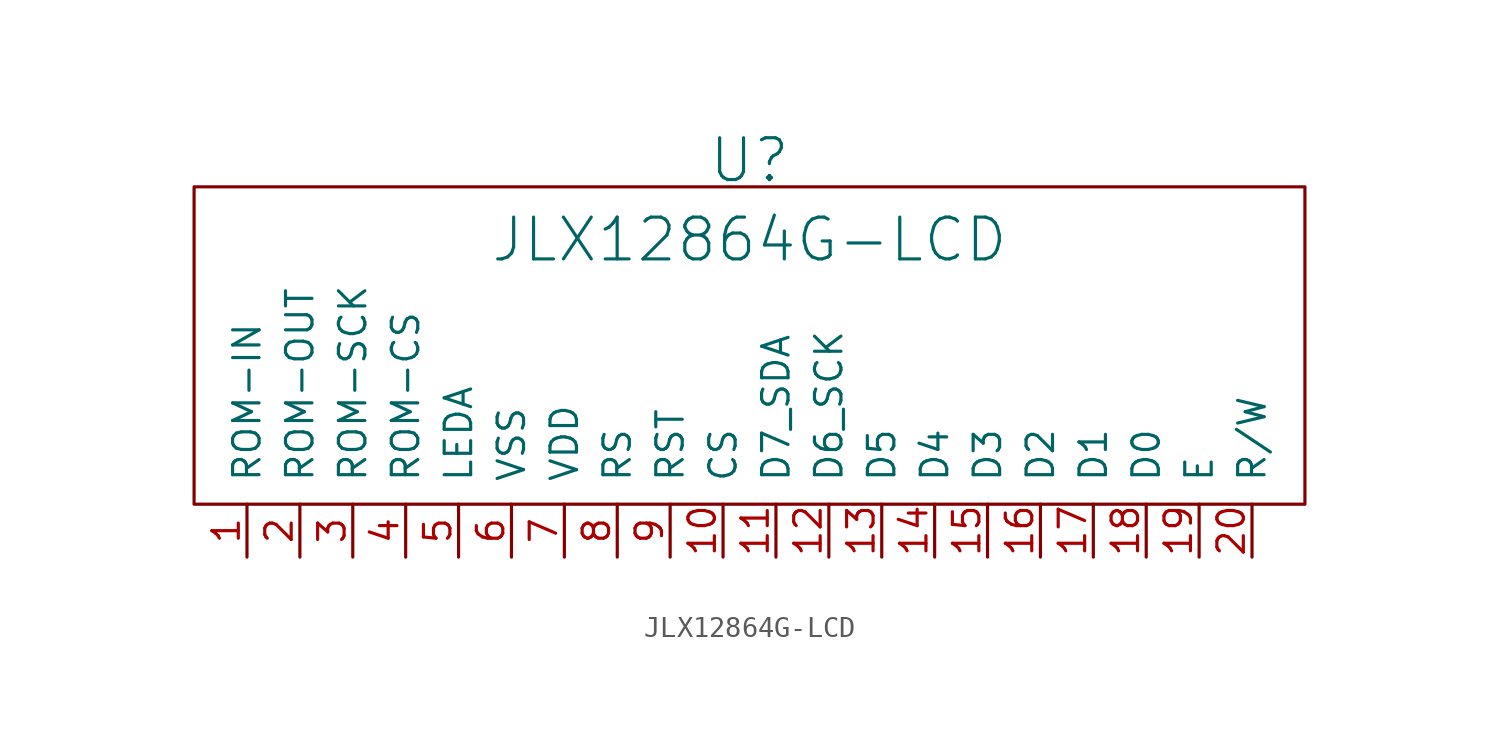
<source format=kicad_sym>
(kicad_symbol_lib
  (version 20220914)
  (generator kicad_symbol_editor)
  (symbol "JLX12864G-LCD"
    (pin_names
      (offset 1.016))
    (property "Reference" "U"
      (at 0 8.89 0)
      (effects (font (size 2.007 2.007))))
    (property "Value" "JLX12864G-LCD"
      (at 0 5.08 0)
      (effects (font (size 2.007 2.007))))
    (symbol "JLX12864G-LCD_0_1"
      (rectangle (start -26.67 -7.62) (end 26.67 7.62) (stroke (width 0) (type solid)) (fill (type none))))
    (symbol "JLX12864G-LCD_1_1"
      (pin input line (at -24.13 -10.16 90) (length 2.54) (name "ROM-IN" (effects (font (size 1.27 1.27)))) (number "1" (effects (font (size 1.27 1.27)))))
      (pin input line (at -1.27 -10.16 90) (length 2.54) (name "CS" (effects (font (size 1.27 1.27)))) (number "10" (effects (font (size 1.27 1.27)))))
      (pin input line (at 1.27 -10.16 90) (length 2.54) (name "D7_SDA" (effects (font (size 1.27 1.27)))) (number "11" (effects (font (size 1.27 1.27)))))
      (pin input line (at 3.81 -10.16 90) (length 2.54) (name "D6_SCK" (effects (font (size 1.27 1.27)))) (number "12" (effects (font (size 1.27 1.27)))))
      (pin input line (at 6.35 -10.16 90) (length 2.54) (name "D5" (effects (font (size 1.27 1.27)))) (number "13" (effects (font (size 1.27 1.27)))))
      (pin input line (at 8.89 -10.16 90) (length 2.54) (name "D4" (effects (font (size 1.27 1.27)))) (number "14" (effects (font (size 1.27 1.27)))))
      (pin input line (at 11.43 -10.16 90) (length 2.54) (name "D3" (effects (font (size 1.27 1.27)))) (number "15" (effects (font (size 1.27 1.27)))))
      (pin input line (at 13.97 -10.16 90) (length 2.54) (name "D2" (effects (font (size 1.27 1.27)))) (number "16" (effects (font (size 1.27 1.27)))))
      (pin input line (at 16.51 -10.16 90) (length 2.54) (name "D1" (effects (font (size 1.27 1.27)))) (number "17" (effects (font (size 1.27 1.27)))))
      (pin input line (at 19.05 -10.16 90) (length 2.54) (name "D0" (effects (font (size 1.27 1.27)))) (number "18" (effects (font (size 1.27 1.27)))))
      (pin input line (at 21.59 -10.16 90) (length 2.54) (name "E" (effects (font (size 1.27 1.27)))) (number "19" (effects (font (size 1.27 1.27)))))
      (pin input line (at -21.59 -10.16 90) (length 2.54) (name "ROM-OUT" (effects (font (size 1.27 1.27)))) (number "2" (effects (font (size 1.27 1.27)))))
      (pin input line (at 24.13 -10.16 90) (length 2.54) (name "R/W" (effects (font (size 1.27 1.27)))) (number "20" (effects (font (size 1.27 1.27)))))
      (pin input line (at -19.05 -10.16 90) (length 2.54) (name "ROM-SCK" (effects (font (size 1.27 1.27)))) (number "3" (effects (font (size 1.27 1.27)))))
      (pin input line (at -16.51 -10.16 90) (length 2.54) (name "ROM-CS" (effects (font (size 1.27 1.27)))) (number "4" (effects (font (size 1.27 1.27)))))
      (pin input line (at -13.97 -10.16 90) (length 2.54) (name "LEDA" (effects (font (size 1.27 1.27)))) (number "5" (effects (font (size 1.27 1.27)))))
      (pin input line (at -11.43 -10.16 90) (length 2.54) (name "VSS" (effects (font (size 1.27 1.27)))) (number "6" (effects (font (size 1.27 1.27)))))
      (pin input line (at -8.89 -10.16 90) (length 2.54) (name "VDD" (effects (font (size 1.27 1.27)))) (number "7" (effects (font (size 1.27 1.27)))))
      (pin input line (at -6.35 -10.16 90) (length 2.54) (name "RS" (effects (font (size 1.27 1.27)))) (number "8" (effects (font (size 1.27 1.27)))))
      (pin input line (at -3.81 -10.16 90) (length 2.54) (name "RST" (effects (font (size 1.27 1.27)))) (number "9" (effects (font (size 1.27 1.27))))))))
</source>
